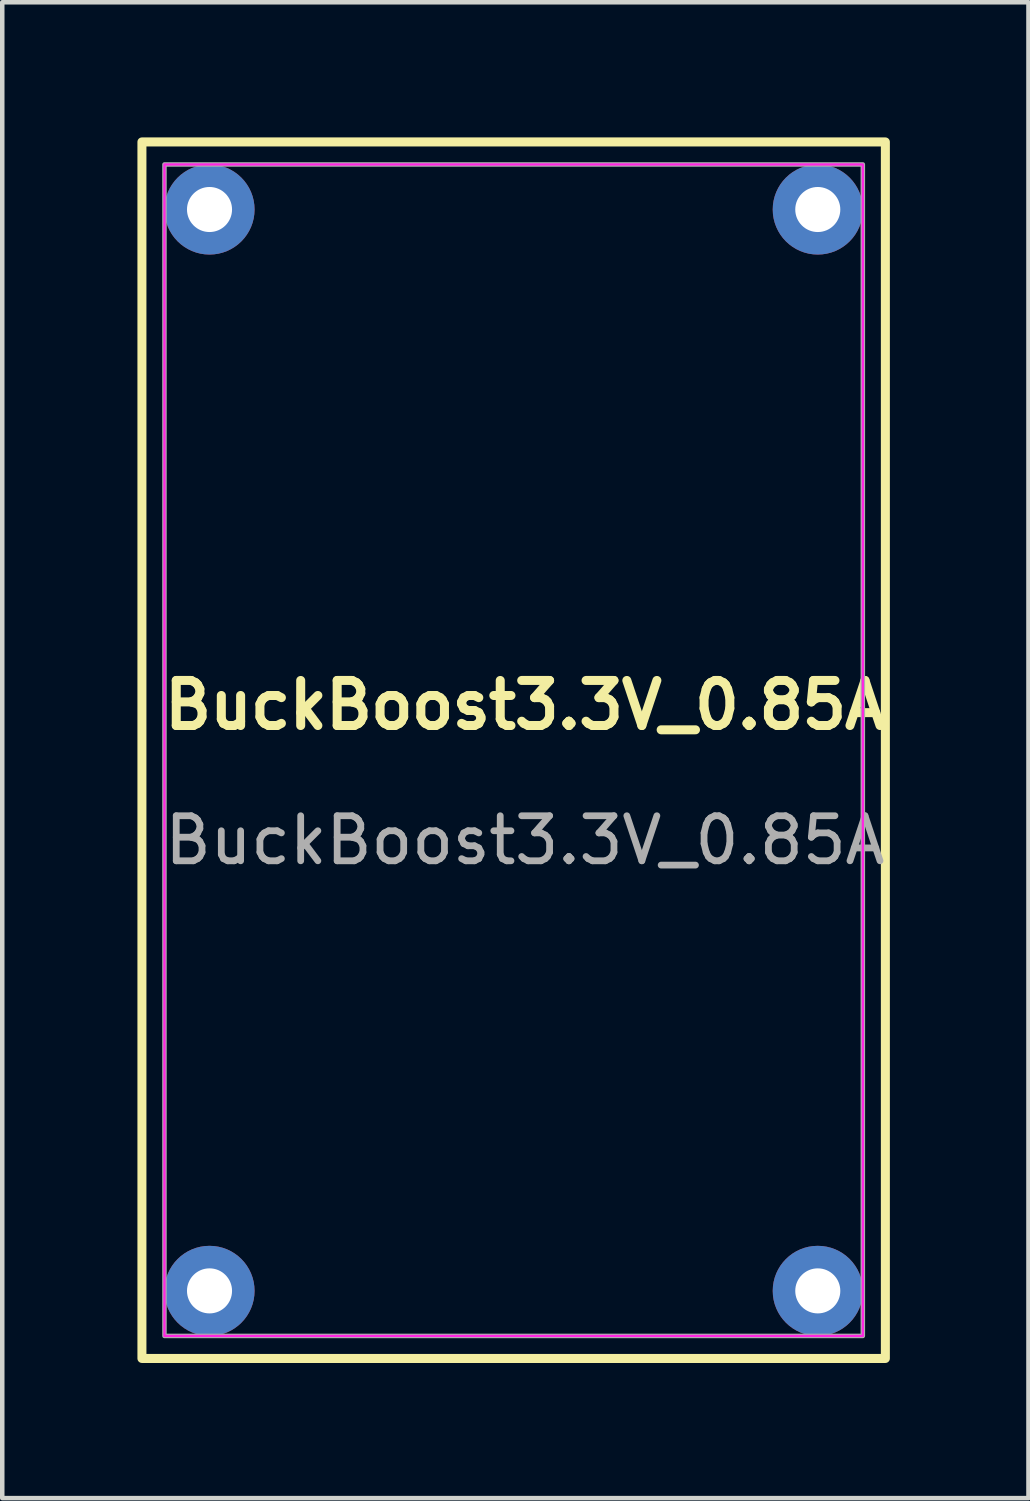
<source format=kicad_pcb>
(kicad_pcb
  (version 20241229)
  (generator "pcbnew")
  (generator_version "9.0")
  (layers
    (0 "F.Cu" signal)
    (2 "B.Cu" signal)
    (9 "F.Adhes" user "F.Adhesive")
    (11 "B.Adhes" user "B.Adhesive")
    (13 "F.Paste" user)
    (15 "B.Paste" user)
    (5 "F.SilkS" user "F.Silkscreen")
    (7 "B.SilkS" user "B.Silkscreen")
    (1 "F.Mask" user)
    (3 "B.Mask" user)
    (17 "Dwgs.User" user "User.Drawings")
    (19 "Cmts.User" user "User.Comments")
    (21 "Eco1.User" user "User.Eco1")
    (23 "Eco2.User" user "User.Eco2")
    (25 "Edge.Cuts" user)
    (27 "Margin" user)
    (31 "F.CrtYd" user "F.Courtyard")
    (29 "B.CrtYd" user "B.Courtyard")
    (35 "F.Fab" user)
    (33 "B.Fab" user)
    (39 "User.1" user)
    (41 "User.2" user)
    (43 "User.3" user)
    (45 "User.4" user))
  (footprint "BuckBoost3.3V_0.85A"
    (layer "F.Cu")
    (at 8.6 13.1)
    (property "Reference" "BuckBoost3.3V_0.85A" (at 0 -0.5 0) (unlocked yes) (layer "F.SilkS") (effects (font (size 1 1) (thickness 0.2) (bold yes))))
    (attr smd)
    (fp_rect (start -8.5 -13) (end 8 14) (stroke (width 0.2) (type default)) (fill no) (layer "F.SilkS"))
    (fp_rect (start -8 -12.5) (end 7.5 13.5) (stroke (width 0.05) (type default)) (fill no) (layer "F.CrtYd"))
    (fp_rect (start -8 -12.5) (end 7.5 13.5) (stroke (width 0.1) (type default)) (fill no) (layer "F.Fab"))
    (fp_text user "${REFERENCE}" (at 0 2.5 0) (unlocked yes) (layer "F.Fab") (effects (font (size 1 1) (thickness 0.15))))
    (pad "0" thru_hole circle (at 6.5 12.5) (size 2 2) (drill 1) (layers "*.Cu" "*.Mask"))
    (pad "1" thru_hole circle (at -7 -11.5) (size 2 2) (drill 1) (layers "*.Cu" "*.Mask"))
    (pad "1" thru_hole circle (at -7 12.5) (size 2 2) (drill 1) (layers "*.Cu" "*.Mask"))
    (pad "2" thru_hole circle (at 6.5 -11.5) (size 2 2) (drill 1) (layers "*.Cu" "*.Mask")))
  (gr_rect
    (start -3 -3)
    (end 19.776 30.2)
    (stroke (width 0.1) (type default))
    (fill no)
    (layer "Edge.Cuts")))
</source>
